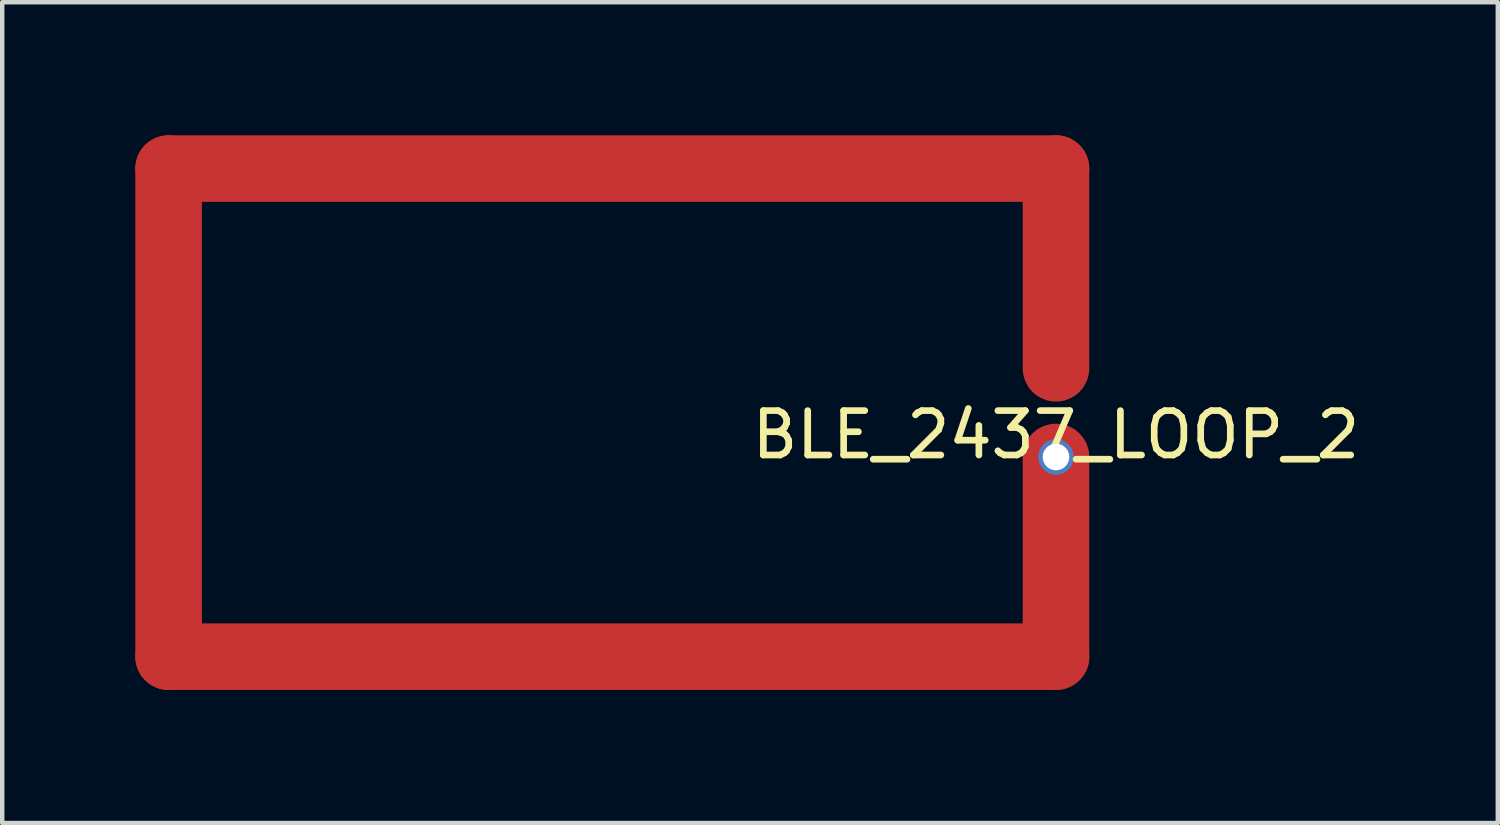
<source format=kicad_pcb>
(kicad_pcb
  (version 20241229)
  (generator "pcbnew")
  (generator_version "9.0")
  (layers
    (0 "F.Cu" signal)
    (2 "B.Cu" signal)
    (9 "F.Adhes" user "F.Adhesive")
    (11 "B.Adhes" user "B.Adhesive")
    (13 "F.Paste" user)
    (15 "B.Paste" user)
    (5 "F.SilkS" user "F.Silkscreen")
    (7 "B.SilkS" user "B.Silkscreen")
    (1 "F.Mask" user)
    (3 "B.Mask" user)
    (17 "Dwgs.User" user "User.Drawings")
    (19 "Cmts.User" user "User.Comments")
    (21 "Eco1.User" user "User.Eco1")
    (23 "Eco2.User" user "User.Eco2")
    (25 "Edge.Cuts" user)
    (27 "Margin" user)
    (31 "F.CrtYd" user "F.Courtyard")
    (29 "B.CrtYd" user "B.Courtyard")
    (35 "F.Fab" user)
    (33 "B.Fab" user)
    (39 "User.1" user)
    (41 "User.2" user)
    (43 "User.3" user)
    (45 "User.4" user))
  (footprint "BLE_2437_LOOP_2"
    (layer "F.Cu")
    (at 20.75 6.25)
    (property "Reference" "BLE_2437_LOOP_2" (at 0 0.5 0) (layer "F.SilkS") (effects (font (size 1 1) (thickness 0.15))))
    (attr through_hole)
    (fp_line (start -20 -5.5) (end -20 5.5) (stroke (width 1.5) (type solid)) (layer "F.Cu"))
    (fp_line (start -20 5.5) (end 0 5.5) (stroke (width 1.5) (type solid)) (layer "F.Cu"))
    (fp_line (start 0 -5.5) (end -20 -5.5) (stroke (width 1.5) (type solid)) (layer "F.Cu"))
    (fp_line (start 0 -1) (end 0 -5.5) (stroke (width 1.5) (type solid)) (layer "F.Cu"))
    (fp_line (start 0 5.5) (end 0 1) (stroke (width 1.5) (type solid)) (layer "F.Cu"))
    (pad "1" smd circle (at 0 -1) (size 0.8 0.8) (layers "F.Cu" "F.Mask" "F.Paste"))
    (pad "2" thru_hole circle (at 0 1) (size 0.8 0.8) (drill 0.6) (layers "*.Cu" "*.Mask")))
  (gr_rect
    (start -3 -3)
    (end 30.708 15.5)
    (stroke (width 0.1) (type default))
    (fill no)
    (layer "Edge.Cuts")))
</source>
